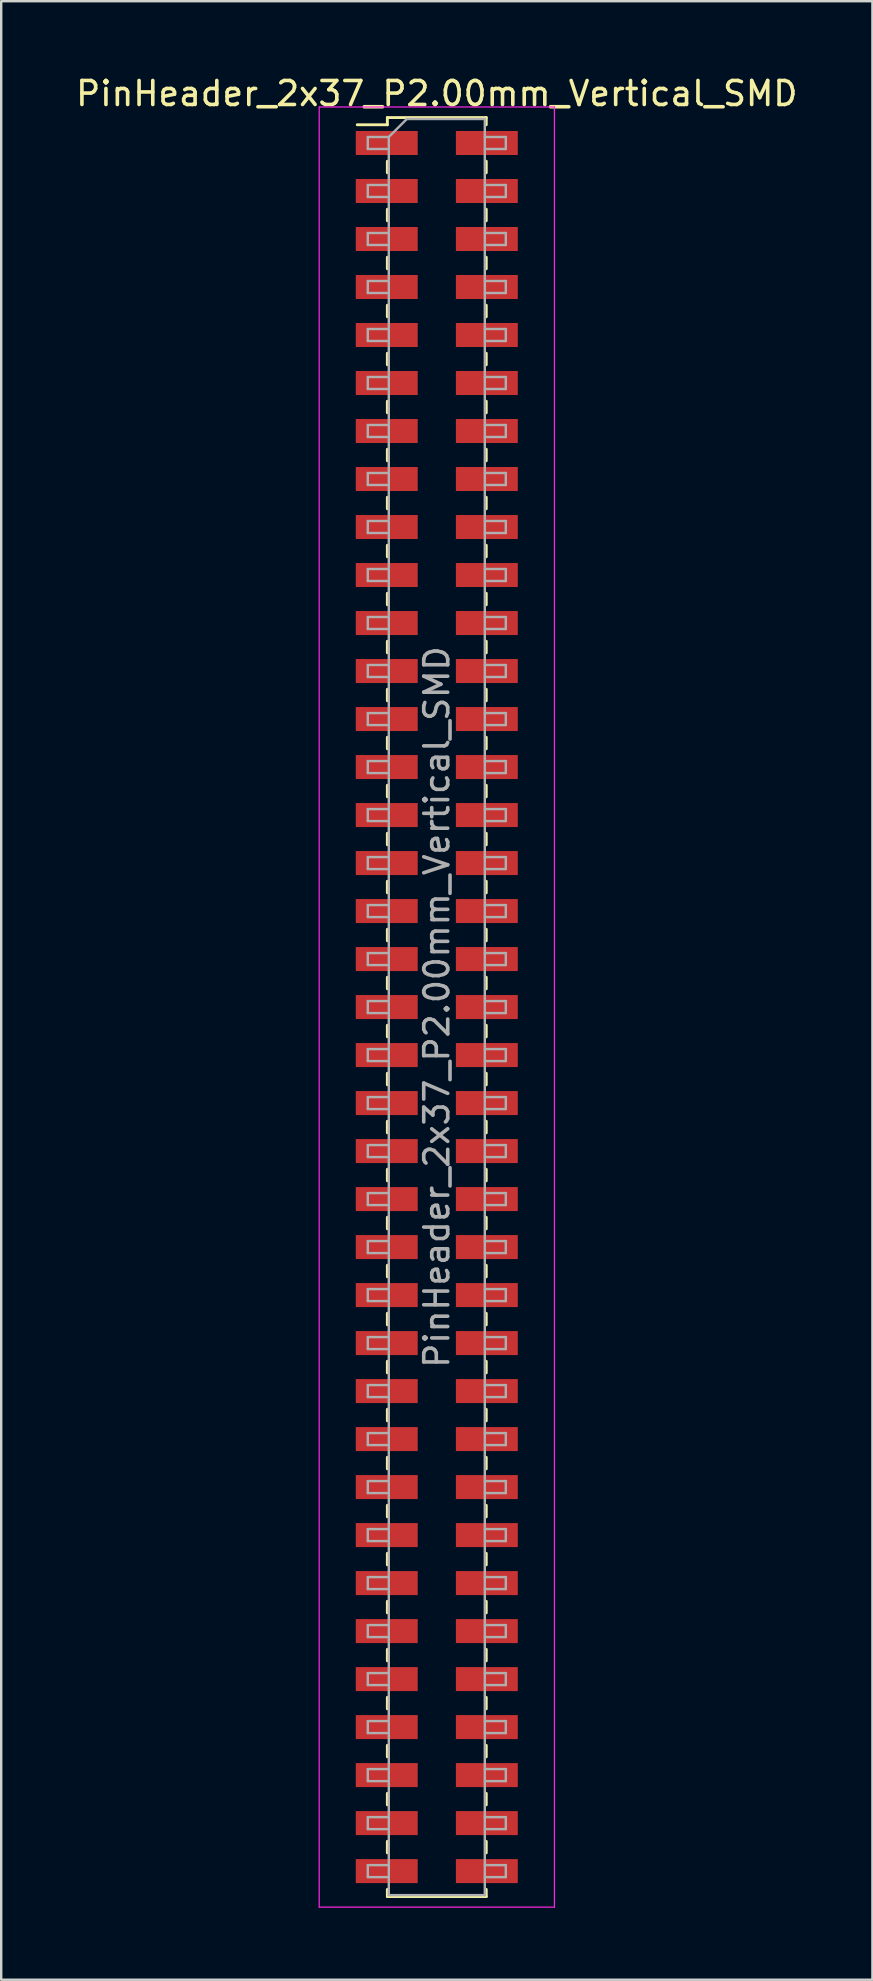
<source format=kicad_pcb>
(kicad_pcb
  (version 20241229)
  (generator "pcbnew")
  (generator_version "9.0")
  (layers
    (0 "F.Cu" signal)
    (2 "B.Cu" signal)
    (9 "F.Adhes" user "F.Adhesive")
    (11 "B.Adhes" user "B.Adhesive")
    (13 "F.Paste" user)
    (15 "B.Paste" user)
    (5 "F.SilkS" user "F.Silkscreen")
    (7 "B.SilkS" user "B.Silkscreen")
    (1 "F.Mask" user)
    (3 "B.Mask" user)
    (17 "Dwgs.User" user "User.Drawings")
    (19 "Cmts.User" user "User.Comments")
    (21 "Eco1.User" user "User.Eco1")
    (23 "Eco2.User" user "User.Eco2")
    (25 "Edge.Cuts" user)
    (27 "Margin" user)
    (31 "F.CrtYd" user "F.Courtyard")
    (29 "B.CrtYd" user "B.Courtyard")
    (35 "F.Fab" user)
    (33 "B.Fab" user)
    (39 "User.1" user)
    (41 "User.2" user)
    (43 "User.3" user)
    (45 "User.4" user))
  (footprint "PinHeader_2x37_P2.00mm_Vertical_SMD"
    (layer "F.Cu")
    (at 15.149 38.908)
    (property "Reference" "PinHeader_2x37_P2.00mm_Vertical_SMD" (at 0 -38.06 0) (layer "F.SilkS") (effects (font (size 1 1) (thickness 0.15))))
    (attr smd)
    (fp_line (start -3.315 -36.76) (end -2.06 -36.76) (stroke (width 0.12) (type solid)) (layer "F.SilkS"))
    (fp_line (start -2.06 -37.06) (end -2.06 -36.76) (stroke (width 0.12) (type solid)) (layer "F.SilkS"))
    (fp_line (start -2.06 -37.06) (end 2.06 -37.06) (stroke (width 0.12) (type solid)) (layer "F.SilkS"))
    (fp_line (start -2.06 -35.24) (end -2.06 -34.76) (stroke (width 0.12) (type solid)) (layer "F.SilkS"))
    (fp_line (start -2.06 -33.24) (end -2.06 -32.76) (stroke (width 0.12) (type solid)) (layer "F.SilkS"))
    (fp_line (start -2.06 -31.24) (end -2.06 -30.76) (stroke (width 0.12) (type solid)) (layer "F.SilkS"))
    (fp_line (start -2.06 -29.24) (end -2.06 -28.76) (stroke (width 0.12) (type solid)) (layer "F.SilkS"))
    (fp_line (start -2.06 -27.24) (end -2.06 -26.76) (stroke (width 0.12) (type solid)) (layer "F.SilkS"))
    (fp_line (start -2.06 -25.24) (end -2.06 -24.76) (stroke (width 0.12) (type solid)) (layer "F.SilkS"))
    (fp_line (start -2.06 -23.24) (end -2.06 -22.76) (stroke (width 0.12) (type solid)) (layer "F.SilkS"))
    (fp_line (start -2.06 -21.24) (end -2.06 -20.76) (stroke (width 0.12) (type solid)) (layer "F.SilkS"))
    (fp_line (start -2.06 -19.24) (end -2.06 -18.76) (stroke (width 0.12) (type solid)) (layer "F.SilkS"))
    (fp_line (start -2.06 -17.24) (end -2.06 -16.76) (stroke (width 0.12) (type solid)) (layer "F.SilkS"))
    (fp_line (start -2.06 -15.24) (end -2.06 -14.76) (stroke (width 0.12) (type solid)) (layer "F.SilkS"))
    (fp_line (start -2.06 -13.24) (end -2.06 -12.76) (stroke (width 0.12) (type solid)) (layer "F.SilkS"))
    (fp_line (start -2.06 -11.24) (end -2.06 -10.76) (stroke (width 0.12) (type solid)) (layer "F.SilkS"))
    (fp_line (start -2.06 -9.24) (end -2.06 -8.76) (stroke (width 0.12) (type solid)) (layer "F.SilkS"))
    (fp_line (start -2.06 -7.24) (end -2.06 -6.76) (stroke (width 0.12) (type solid)) (layer "F.SilkS"))
    (fp_line (start -2.06 -5.24) (end -2.06 -4.76) (stroke (width 0.12) (type solid)) (layer "F.SilkS"))
    (fp_line (start -2.06 -3.24) (end -2.06 -2.76) (stroke (width 0.12) (type solid)) (layer "F.SilkS"))
    (fp_line (start -2.06 -1.24) (end -2.06 -0.76) (stroke (width 0.12) (type solid)) (layer "F.SilkS"))
    (fp_line (start -2.06 0.76) (end -2.06 1.24) (stroke (width 0.12) (type solid)) (layer "F.SilkS"))
    (fp_line (start -2.06 2.76) (end -2.06 3.24) (stroke (width 0.12) (type solid)) (layer "F.SilkS"))
    (fp_line (start -2.06 4.76) (end -2.06 5.24) (stroke (width 0.12) (type solid)) (layer "F.SilkS"))
    (fp_line (start -2.06 6.76) (end -2.06 7.24) (stroke (width 0.12) (type solid)) (layer "F.SilkS"))
    (fp_line (start -2.06 8.76) (end -2.06 9.24) (stroke (width 0.12) (type solid)) (layer "F.SilkS"))
    (fp_line (start -2.06 10.76) (end -2.06 11.24) (stroke (width 0.12) (type solid)) (layer "F.SilkS"))
    (fp_line (start -2.06 12.76) (end -2.06 13.24) (stroke (width 0.12) (type solid)) (layer "F.SilkS"))
    (fp_line (start -2.06 14.76) (end -2.06 15.24) (stroke (width 0.12) (type solid)) (layer "F.SilkS"))
    (fp_line (start -2.06 16.76) (end -2.06 17.24) (stroke (width 0.12) (type solid)) (layer "F.SilkS"))
    (fp_line (start -2.06 18.76) (end -2.06 19.24) (stroke (width 0.12) (type solid)) (layer "F.SilkS"))
    (fp_line (start -2.06 20.76) (end -2.06 21.24) (stroke (width 0.12) (type solid)) (layer "F.SilkS"))
    (fp_line (start -2.06 22.76) (end -2.06 23.24) (stroke (width 0.12) (type solid)) (layer "F.SilkS"))
    (fp_line (start -2.06 24.76) (end -2.06 25.24) (stroke (width 0.12) (type solid)) (layer "F.SilkS"))
    (fp_line (start -2.06 26.76) (end -2.06 27.24) (stroke (width 0.12) (type solid)) (layer "F.SilkS"))
    (fp_line (start -2.06 28.76) (end -2.06 29.24) (stroke (width 0.12) (type solid)) (layer "F.SilkS"))
    (fp_line (start -2.06 30.76) (end -2.06 31.24) (stroke (width 0.12) (type solid)) (layer "F.SilkS"))
    (fp_line (start -2.06 32.76) (end -2.06 33.24) (stroke (width 0.12) (type solid)) (layer "F.SilkS"))
    (fp_line (start -2.06 34.76) (end -2.06 35.24) (stroke (width 0.12) (type solid)) (layer "F.SilkS"))
    (fp_line (start -2.06 36.76) (end -2.06 37.06) (stroke (width 0.12) (type solid)) (layer "F.SilkS"))
    (fp_line (start -2.06 37.06) (end 2.06 37.06) (stroke (width 0.12) (type solid)) (layer "F.SilkS"))
    (fp_line (start 2.06 -37.06) (end 2.06 -36.76) (stroke (width 0.12) (type solid)) (layer "F.SilkS"))
    (fp_line (start 2.06 -35.24) (end 2.06 -34.76) (stroke (width 0.12) (type solid)) (layer "F.SilkS"))
    (fp_line (start 2.06 -33.24) (end 2.06 -32.76) (stroke (width 0.12) (type solid)) (layer "F.SilkS"))
    (fp_line (start 2.06 -31.24) (end 2.06 -30.76) (stroke (width 0.12) (type solid)) (layer "F.SilkS"))
    (fp_line (start 2.06 -29.24) (end 2.06 -28.76) (stroke (width 0.12) (type solid)) (layer "F.SilkS"))
    (fp_line (start 2.06 -27.24) (end 2.06 -26.76) (stroke (width 0.12) (type solid)) (layer "F.SilkS"))
    (fp_line (start 2.06 -25.24) (end 2.06 -24.76) (stroke (width 0.12) (type solid)) (layer "F.SilkS"))
    (fp_line (start 2.06 -23.24) (end 2.06 -22.76) (stroke (width 0.12) (type solid)) (layer "F.SilkS"))
    (fp_line (start 2.06 -21.24) (end 2.06 -20.76) (stroke (width 0.12) (type solid)) (layer "F.SilkS"))
    (fp_line (start 2.06 -19.24) (end 2.06 -18.76) (stroke (width 0.12) (type solid)) (layer "F.SilkS"))
    (fp_line (start 2.06 -17.24) (end 2.06 -16.76) (stroke (width 0.12) (type solid)) (layer "F.SilkS"))
    (fp_line (start 2.06 -15.24) (end 2.06 -14.76) (stroke (width 0.12) (type solid)) (layer "F.SilkS"))
    (fp_line (start 2.06 -13.24) (end 2.06 -12.76) (stroke (width 0.12) (type solid)) (layer "F.SilkS"))
    (fp_line (start 2.06 -11.24) (end 2.06 -10.76) (stroke (width 0.12) (type solid)) (layer "F.SilkS"))
    (fp_line (start 2.06 -9.24) (end 2.06 -8.76) (stroke (width 0.12) (type solid)) (layer "F.SilkS"))
    (fp_line (start 2.06 -7.24) (end 2.06 -6.76) (stroke (width 0.12) (type solid)) (layer "F.SilkS"))
    (fp_line (start 2.06 -5.24) (end 2.06 -4.76) (stroke (width 0.12) (type solid)) (layer "F.SilkS"))
    (fp_line (start 2.06 -3.24) (end 2.06 -2.76) (stroke (width 0.12) (type solid)) (layer "F.SilkS"))
    (fp_line (start 2.06 -1.24) (end 2.06 -0.76) (stroke (width 0.12) (type solid)) (layer "F.SilkS"))
    (fp_line (start 2.06 0.76) (end 2.06 1.24) (stroke (width 0.12) (type solid)) (layer "F.SilkS"))
    (fp_line (start 2.06 2.76) (end 2.06 3.24) (stroke (width 0.12) (type solid)) (layer "F.SilkS"))
    (fp_line (start 2.06 4.76) (end 2.06 5.24) (stroke (width 0.12) (type solid)) (layer "F.SilkS"))
    (fp_line (start 2.06 6.76) (end 2.06 7.24) (stroke (width 0.12) (type solid)) (layer "F.SilkS"))
    (fp_line (start 2.06 8.76) (end 2.06 9.24) (stroke (width 0.12) (type solid)) (layer "F.SilkS"))
    (fp_line (start 2.06 10.76) (end 2.06 11.24) (stroke (width 0.12) (type solid)) (layer "F.SilkS"))
    (fp_line (start 2.06 12.76) (end 2.06 13.24) (stroke (width 0.12) (type solid)) (layer "F.SilkS"))
    (fp_line (start 2.06 14.76) (end 2.06 15.24) (stroke (width 0.12) (type solid)) (layer "F.SilkS"))
    (fp_line (start 2.06 16.76) (end 2.06 17.24) (stroke (width 0.12) (type solid)) (layer "F.SilkS"))
    (fp_line (start 2.06 18.76) (end 2.06 19.24) (stroke (width 0.12) (type solid)) (layer "F.SilkS"))
    (fp_line (start 2.06 20.76) (end 2.06 21.24) (stroke (width 0.12) (type solid)) (layer "F.SilkS"))
    (fp_line (start 2.06 22.76) (end 2.06 23.24) (stroke (width 0.12) (type solid)) (layer "F.SilkS"))
    (fp_line (start 2.06 24.76) (end 2.06 25.24) (stroke (width 0.12) (type solid)) (layer "F.SilkS"))
    (fp_line (start 2.06 26.76) (end 2.06 27.24) (stroke (width 0.12) (type solid)) (layer "F.SilkS"))
    (fp_line (start 2.06 28.76) (end 2.06 29.24) (stroke (width 0.12) (type solid)) (layer "F.SilkS"))
    (fp_line (start 2.06 30.76) (end 2.06 31.24) (stroke (width 0.12) (type solid)) (layer "F.SilkS"))
    (fp_line (start 2.06 32.76) (end 2.06 33.24) (stroke (width 0.12) (type solid)) (layer "F.SilkS"))
    (fp_line (start 2.06 34.76) (end 2.06 35.24) (stroke (width 0.12) (type solid)) (layer "F.SilkS"))
    (fp_line (start 2.06 36.76) (end 2.06 37.06) (stroke (width 0.12) (type solid)) (layer "F.SilkS"))
    (fp_line (start -4.9 -37.5) (end -4.9 37.5) (stroke (width 0.05) (type solid)) (layer "F.CrtYd"))
    (fp_line (start -4.9 37.5) (end 4.9 37.5) (stroke (width 0.05) (type solid)) (layer "F.CrtYd"))
    (fp_line (start 4.9 -37.5) (end -4.9 -37.5) (stroke (width 0.05) (type solid)) (layer "F.CrtYd"))
    (fp_line (start 4.9 37.5) (end 4.9 -37.5) (stroke (width 0.05) (type solid)) (layer "F.CrtYd"))
    (fp_line (start -2.875 -36.25) (end -2.875 -35.75) (stroke (width 0.1) (type solid)) (layer "F.Fab"))
    (fp_line (start -2.875 -35.75) (end -2 -35.75) (stroke (width 0.1) (type solid)) (layer "F.Fab"))
    (fp_line (start -2.875 -34.25) (end -2.875 -33.75) (stroke (width 0.1) (type solid)) (layer "F.Fab"))
    (fp_line (start -2.875 -33.75) (end -2 -33.75) (stroke (width 0.1) (type solid)) (layer "F.Fab"))
    (fp_line (start -2.875 -32.25) (end -2.875 -31.75) (stroke (width 0.1) (type solid)) (layer "F.Fab"))
    (fp_line (start -2.875 -31.75) (end -2 -31.75) (stroke (width 0.1) (type solid)) (layer "F.Fab"))
    (fp_line (start -2.875 -30.25) (end -2.875 -29.75) (stroke (width 0.1) (type solid)) (layer "F.Fab"))
    (fp_line (start -2.875 -29.75) (end -2 -29.75) (stroke (width 0.1) (type solid)) (layer "F.Fab"))
    (fp_line (start -2.875 -28.25) (end -2.875 -27.75) (stroke (width 0.1) (type solid)) (layer "F.Fab"))
    (fp_line (start -2.875 -27.75) (end -2 -27.75) (stroke (width 0.1) (type solid)) (layer "F.Fab"))
    (fp_line (start -2.875 -26.25) (end -2.875 -25.75) (stroke (width 0.1) (type solid)) (layer "F.Fab"))
    (fp_line (start -2.875 -25.75) (end -2 -25.75) (stroke (width 0.1) (type solid)) (layer "F.Fab"))
    (fp_line (start -2.875 -24.25) (end -2.875 -23.75) (stroke (width 0.1) (type solid)) (layer "F.Fab"))
    (fp_line (start -2.875 -23.75) (end -2 -23.75) (stroke (width 0.1) (type solid)) (layer "F.Fab"))
    (fp_line (start -2.875 -22.25) (end -2.875 -21.75) (stroke (width 0.1) (type solid)) (layer "F.Fab"))
    (fp_line (start -2.875 -21.75) (end -2 -21.75) (stroke (width 0.1) (type solid)) (layer "F.Fab"))
    (fp_line (start -2.875 -20.25) (end -2.875 -19.75) (stroke (width 0.1) (type solid)) (layer "F.Fab"))
    (fp_line (start -2.875 -19.75) (end -2 -19.75) (stroke (width 0.1) (type solid)) (layer "F.Fab"))
    (fp_line (start -2.875 -18.25) (end -2.875 -17.75) (stroke (width 0.1) (type solid)) (layer "F.Fab"))
    (fp_line (start -2.875 -17.75) (end -2 -17.75) (stroke (width 0.1) (type solid)) (layer "F.Fab"))
    (fp_line (start -2.875 -16.25) (end -2.875 -15.75) (stroke (width 0.1) (type solid)) (layer "F.Fab"))
    (fp_line (start -2.875 -15.75) (end -2 -15.75) (stroke (width 0.1) (type solid)) (layer "F.Fab"))
    (fp_line (start -2.875 -14.25) (end -2.875 -13.75) (stroke (width 0.1) (type solid)) (layer "F.Fab"))
    (fp_line (start -2.875 -13.75) (end -2 -13.75) (stroke (width 0.1) (type solid)) (layer "F.Fab"))
    (fp_line (start -2.875 -12.25) (end -2.875 -11.75) (stroke (width 0.1) (type solid)) (layer "F.Fab"))
    (fp_line (start -2.875 -11.75) (end -2 -11.75) (stroke (width 0.1) (type solid)) (layer "F.Fab"))
    (fp_line (start -2.875 -10.25) (end -2.875 -9.75) (stroke (width 0.1) (type solid)) (layer "F.Fab"))
    (fp_line (start -2.875 -9.75) (end -2 -9.75) (stroke (width 0.1) (type solid)) (layer "F.Fab"))
    (fp_line (start -2.875 -8.25) (end -2.875 -7.75) (stroke (width 0.1) (type solid)) (layer "F.Fab"))
    (fp_line (start -2.875 -7.75) (end -2 -7.75) (stroke (width 0.1) (type solid)) (layer "F.Fab"))
    (fp_line (start -2.875 -6.25) (end -2.875 -5.75) (stroke (width 0.1) (type solid)) (layer "F.Fab"))
    (fp_line (start -2.875 -5.75) (end -2 -5.75) (stroke (width 0.1) (type solid)) (layer "F.Fab"))
    (fp_line (start -2.875 -4.25) (end -2.875 -3.75) (stroke (width 0.1) (type solid)) (layer "F.Fab"))
    (fp_line (start -2.875 -3.75) (end -2 -3.75) (stroke (width 0.1) (type solid)) (layer "F.Fab"))
    (fp_line (start -2.875 -2.25) (end -2.875 -1.75) (stroke (width 0.1) (type solid)) (layer "F.Fab"))
    (fp_line (start -2.875 -1.75) (end -2 -1.75) (stroke (width 0.1) (type solid)) (layer "F.Fab"))
    (fp_line (start -2.875 -0.25) (end -2.875 0.25) (stroke (width 0.1) (type solid)) (layer "F.Fab"))
    (fp_line (start -2.875 0.25) (end -2 0.25) (stroke (width 0.1) (type solid)) (layer "F.Fab"))
    (fp_line (start -2.875 1.75) (end -2.875 2.25) (stroke (width 0.1) (type solid)) (layer "F.Fab"))
    (fp_line (start -2.875 2.25) (end -2 2.25) (stroke (width 0.1) (type solid)) (layer "F.Fab"))
    (fp_line (start -2.875 3.75) (end -2.875 4.25) (stroke (width 0.1) (type solid)) (layer "F.Fab"))
    (fp_line (start -2.875 4.25) (end -2 4.25) (stroke (width 0.1) (type solid)) (layer "F.Fab"))
    (fp_line (start -2.875 5.75) (end -2.875 6.25) (stroke (width 0.1) (type solid)) (layer "F.Fab"))
    (fp_line (start -2.875 6.25) (end -2 6.25) (stroke (width 0.1) (type solid)) (layer "F.Fab"))
    (fp_line (start -2.875 7.75) (end -2.875 8.25) (stroke (width 0.1) (type solid)) (layer "F.Fab"))
    (fp_line (start -2.875 8.25) (end -2 8.25) (stroke (width 0.1) (type solid)) (layer "F.Fab"))
    (fp_line (start -2.875 9.75) (end -2.875 10.25) (stroke (width 0.1) (type solid)) (layer "F.Fab"))
    (fp_line (start -2.875 10.25) (end -2 10.25) (stroke (width 0.1) (type solid)) (layer "F.Fab"))
    (fp_line (start -2.875 11.75) (end -2.875 12.25) (stroke (width 0.1) (type solid)) (layer "F.Fab"))
    (fp_line (start -2.875 12.25) (end -2 12.25) (stroke (width 0.1) (type solid)) (layer "F.Fab"))
    (fp_line (start -2.875 13.75) (end -2.875 14.25) (stroke (width 0.1) (type solid)) (layer "F.Fab"))
    (fp_line (start -2.875 14.25) (end -2 14.25) (stroke (width 0.1) (type solid)) (layer "F.Fab"))
    (fp_line (start -2.875 15.75) (end -2.875 16.25) (stroke (width 0.1) (type solid)) (layer "F.Fab"))
    (fp_line (start -2.875 16.25) (end -2 16.25) (stroke (width 0.1) (type solid)) (layer "F.Fab"))
    (fp_line (start -2.875 17.75) (end -2.875 18.25) (stroke (width 0.1) (type solid)) (layer "F.Fab"))
    (fp_line (start -2.875 18.25) (end -2 18.25) (stroke (width 0.1) (type solid)) (layer "F.Fab"))
    (fp_line (start -2.875 19.75) (end -2.875 20.25) (stroke (width 0.1) (type solid)) (layer "F.Fab"))
    (fp_line (start -2.875 20.25) (end -2 20.25) (stroke (width 0.1) (type solid)) (layer "F.Fab"))
    (fp_line (start -2.875 21.75) (end -2.875 22.25) (stroke (width 0.1) (type solid)) (layer "F.Fab"))
    (fp_line (start -2.875 22.25) (end -2 22.25) (stroke (width 0.1) (type solid)) (layer "F.Fab"))
    (fp_line (start -2.875 23.75) (end -2.875 24.25) (stroke (width 0.1) (type solid)) (layer "F.Fab"))
    (fp_line (start -2.875 24.25) (end -2 24.25) (stroke (width 0.1) (type solid)) (layer "F.Fab"))
    (fp_line (start -2.875 25.75) (end -2.875 26.25) (stroke (width 0.1) (type solid)) (layer "F.Fab"))
    (fp_line (start -2.875 26.25) (end -2 26.25) (stroke (width 0.1) (type solid)) (layer "F.Fab"))
    (fp_line (start -2.875 27.75) (end -2.875 28.25) (stroke (width 0.1) (type solid)) (layer "F.Fab"))
    (fp_line (start -2.875 28.25) (end -2 28.25) (stroke (width 0.1) (type solid)) (layer "F.Fab"))
    (fp_line (start -2.875 29.75) (end -2.875 30.25) (stroke (width 0.1) (type solid)) (layer "F.Fab"))
    (fp_line (start -2.875 30.25) (end -2 30.25) (stroke (width 0.1) (type solid)) (layer "F.Fab"))
    (fp_line (start -2.875 31.75) (end -2.875 32.25) (stroke (width 0.1) (type solid)) (layer "F.Fab"))
    (fp_line (start -2.875 32.25) (end -2 32.25) (stroke (width 0.1) (type solid)) (layer "F.Fab"))
    (fp_line (start -2.875 33.75) (end -2.875 34.25) (stroke (width 0.1) (type solid)) (layer "F.Fab"))
    (fp_line (start -2.875 34.25) (end -2 34.25) (stroke (width 0.1) (type solid)) (layer "F.Fab"))
    (fp_line (start -2.875 35.75) (end -2.875 36.25) (stroke (width 0.1) (type solid)) (layer "F.Fab"))
    (fp_line (start -2.875 36.25) (end -2 36.25) (stroke (width 0.1) (type solid)) (layer "F.Fab"))
    (fp_line (start -2 -36.25) (end -2.875 -36.25) (stroke (width 0.1) (type solid)) (layer "F.Fab"))
    (fp_line (start -2 -36.25) (end -1.25 -37) (stroke (width 0.1) (type solid)) (layer "F.Fab"))
    (fp_line (start -2 -34.25) (end -2.875 -34.25) (stroke (width 0.1) (type solid)) (layer "F.Fab"))
    (fp_line (start -2 -32.25) (end -2.875 -32.25) (stroke (width 0.1) (type solid)) (layer "F.Fab"))
    (fp_line (start -2 -30.25) (end -2.875 -30.25) (stroke (width 0.1) (type solid)) (layer "F.Fab"))
    (fp_line (start -2 -28.25) (end -2.875 -28.25) (stroke (width 0.1) (type solid)) (layer "F.Fab"))
    (fp_line (start -2 -26.25) (end -2.875 -26.25) (stroke (width 0.1) (type solid)) (layer "F.Fab"))
    (fp_line (start -2 -24.25) (end -2.875 -24.25) (stroke (width 0.1) (type solid)) (layer "F.Fab"))
    (fp_line (start -2 -22.25) (end -2.875 -22.25) (stroke (width 0.1) (type solid)) (layer "F.Fab"))
    (fp_line (start -2 -20.25) (end -2.875 -20.25) (stroke (width 0.1) (type solid)) (layer "F.Fab"))
    (fp_line (start -2 -18.25) (end -2.875 -18.25) (stroke (width 0.1) (type solid)) (layer "F.Fab"))
    (fp_line (start -2 -16.25) (end -2.875 -16.25) (stroke (width 0.1) (type solid)) (layer "F.Fab"))
    (fp_line (start -2 -14.25) (end -2.875 -14.25) (stroke (width 0.1) (type solid)) (layer "F.Fab"))
    (fp_line (start -2 -12.25) (end -2.875 -12.25) (stroke (width 0.1) (type solid)) (layer "F.Fab"))
    (fp_line (start -2 -10.25) (end -2.875 -10.25) (stroke (width 0.1) (type solid)) (layer "F.Fab"))
    (fp_line (start -2 -8.25) (end -2.875 -8.25) (stroke (width 0.1) (type solid)) (layer "F.Fab"))
    (fp_line (start -2 -6.25) (end -2.875 -6.25) (stroke (width 0.1) (type solid)) (layer "F.Fab"))
    (fp_line (start -2 -4.25) (end -2.875 -4.25) (stroke (width 0.1) (type solid)) (layer "F.Fab"))
    (fp_line (start -2 -2.25) (end -2.875 -2.25) (stroke (width 0.1) (type solid)) (layer "F.Fab"))
    (fp_line (start -2 -0.25) (end -2.875 -0.25) (stroke (width 0.1) (type solid)) (layer "F.Fab"))
    (fp_line (start -2 1.75) (end -2.875 1.75) (stroke (width 0.1) (type solid)) (layer "F.Fab"))
    (fp_line (start -2 3.75) (end -2.875 3.75) (stroke (width 0.1) (type solid)) (layer "F.Fab"))
    (fp_line (start -2 5.75) (end -2.875 5.75) (stroke (width 0.1) (type solid)) (layer "F.Fab"))
    (fp_line (start -2 7.75) (end -2.875 7.75) (stroke (width 0.1) (type solid)) (layer "F.Fab"))
    (fp_line (start -2 9.75) (end -2.875 9.75) (stroke (width 0.1) (type solid)) (layer "F.Fab"))
    (fp_line (start -2 11.75) (end -2.875 11.75) (stroke (width 0.1) (type solid)) (layer "F.Fab"))
    (fp_line (start -2 13.75) (end -2.875 13.75) (stroke (width 0.1) (type solid)) (layer "F.Fab"))
    (fp_line (start -2 15.75) (end -2.875 15.75) (stroke (width 0.1) (type solid)) (layer "F.Fab"))
    (fp_line (start -2 17.75) (end -2.875 17.75) (stroke (width 0.1) (type solid)) (layer "F.Fab"))
    (fp_line (start -2 19.75) (end -2.875 19.75) (stroke (width 0.1) (type solid)) (layer "F.Fab"))
    (fp_line (start -2 21.75) (end -2.875 21.75) (stroke (width 0.1) (type solid)) (layer "F.Fab"))
    (fp_line (start -2 23.75) (end -2.875 23.75) (stroke (width 0.1) (type solid)) (layer "F.Fab"))
    (fp_line (start -2 25.75) (end -2.875 25.75) (stroke (width 0.1) (type solid)) (layer "F.Fab"))
    (fp_line (start -2 27.75) (end -2.875 27.75) (stroke (width 0.1) (type solid)) (layer "F.Fab"))
    (fp_line (start -2 29.75) (end -2.875 29.75) (stroke (width 0.1) (type solid)) (layer "F.Fab"))
    (fp_line (start -2 31.75) (end -2.875 31.75) (stroke (width 0.1) (type solid)) (layer "F.Fab"))
    (fp_line (start -2 33.75) (end -2.875 33.75) (stroke (width 0.1) (type solid)) (layer "F.Fab"))
    (fp_line (start -2 35.75) (end -2.875 35.75) (stroke (width 0.1) (type solid)) (layer "F.Fab"))
    (fp_line (start -2 37) (end -2 -36.25) (stroke (width 0.1) (type solid)) (layer "F.Fab"))
    (fp_line (start -1.25 -37) (end 2 -37) (stroke (width 0.1) (type solid)) (layer "F.Fab"))
    (fp_line (start 2 -37) (end 2 37) (stroke (width 0.1) (type solid)) (layer "F.Fab"))
    (fp_line (start 2 -36.25) (end 2.875 -36.25) (stroke (width 0.1) (type solid)) (layer "F.Fab"))
    (fp_line (start 2 -34.25) (end 2.875 -34.25) (stroke (width 0.1) (type solid)) (layer "F.Fab"))
    (fp_line (start 2 -32.25) (end 2.875 -32.25) (stroke (width 0.1) (type solid)) (layer "F.Fab"))
    (fp_line (start 2 -30.25) (end 2.875 -30.25) (stroke (width 0.1) (type solid)) (layer "F.Fab"))
    (fp_line (start 2 -28.25) (end 2.875 -28.25) (stroke (width 0.1) (type solid)) (layer "F.Fab"))
    (fp_line (start 2 -26.25) (end 2.875 -26.25) (stroke (width 0.1) (type solid)) (layer "F.Fab"))
    (fp_line (start 2 -24.25) (end 2.875 -24.25) (stroke (width 0.1) (type solid)) (layer "F.Fab"))
    (fp_line (start 2 -22.25) (end 2.875 -22.25) (stroke (width 0.1) (type solid)) (layer "F.Fab"))
    (fp_line (start 2 -20.25) (end 2.875 -20.25) (stroke (width 0.1) (type solid)) (layer "F.Fab"))
    (fp_line (start 2 -18.25) (end 2.875 -18.25) (stroke (width 0.1) (type solid)) (layer "F.Fab"))
    (fp_line (start 2 -16.25) (end 2.875 -16.25) (stroke (width 0.1) (type solid)) (layer "F.Fab"))
    (fp_line (start 2 -14.25) (end 2.875 -14.25) (stroke (width 0.1) (type solid)) (layer "F.Fab"))
    (fp_line (start 2 -12.25) (end 2.875 -12.25) (stroke (width 0.1) (type solid)) (layer "F.Fab"))
    (fp_line (start 2 -10.25) (end 2.875 -10.25) (stroke (width 0.1) (type solid)) (layer "F.Fab"))
    (fp_line (start 2 -8.25) (end 2.875 -8.25) (stroke (width 0.1) (type solid)) (layer "F.Fab"))
    (fp_line (start 2 -6.25) (end 2.875 -6.25) (stroke (width 0.1) (type solid)) (layer "F.Fab"))
    (fp_line (start 2 -4.25) (end 2.875 -4.25) (stroke (width 0.1) (type solid)) (layer "F.Fab"))
    (fp_line (start 2 -2.25) (end 2.875 -2.25) (stroke (width 0.1) (type solid)) (layer "F.Fab"))
    (fp_line (start 2 -0.25) (end 2.875 -0.25) (stroke (width 0.1) (type solid)) (layer "F.Fab"))
    (fp_line (start 2 1.75) (end 2.875 1.75) (stroke (width 0.1) (type solid)) (layer "F.Fab"))
    (fp_line (start 2 3.75) (end 2.875 3.75) (stroke (width 0.1) (type solid)) (layer "F.Fab"))
    (fp_line (start 2 5.75) (end 2.875 5.75) (stroke (width 0.1) (type solid)) (layer "F.Fab"))
    (fp_line (start 2 7.75) (end 2.875 7.75) (stroke (width 0.1) (type solid)) (layer "F.Fab"))
    (fp_line (start 2 9.75) (end 2.875 9.75) (stroke (width 0.1) (type solid)) (layer "F.Fab"))
    (fp_line (start 2 11.75) (end 2.875 11.75) (stroke (width 0.1) (type solid)) (layer "F.Fab"))
    (fp_line (start 2 13.75) (end 2.875 13.75) (stroke (width 0.1) (type solid)) (layer "F.Fab"))
    (fp_line (start 2 15.75) (end 2.875 15.75) (stroke (width 0.1) (type solid)) (layer "F.Fab"))
    (fp_line (start 2 17.75) (end 2.875 17.75) (stroke (width 0.1) (type solid)) (layer "F.Fab"))
    (fp_line (start 2 19.75) (end 2.875 19.75) (stroke (width 0.1) (type solid)) (layer "F.Fab"))
    (fp_line (start 2 21.75) (end 2.875 21.75) (stroke (width 0.1) (type solid)) (layer "F.Fab"))
    (fp_line (start 2 23.75) (end 2.875 23.75) (stroke (width 0.1) (type solid)) (layer "F.Fab"))
    (fp_line (start 2 25.75) (end 2.875 25.75) (stroke (width 0.1) (type solid)) (layer "F.Fab"))
    (fp_line (start 2 27.75) (end 2.875 27.75) (stroke (width 0.1) (type solid)) (layer "F.Fab"))
    (fp_line (start 2 29.75) (end 2.875 29.75) (stroke (width 0.1) (type solid)) (layer "F.Fab"))
    (fp_line (start 2 31.75) (end 2.875 31.75) (stroke (width 0.1) (type solid)) (layer "F.Fab"))
    (fp_line (start 2 33.75) (end 2.875 33.75) (stroke (width 0.1) (type solid)) (layer "F.Fab"))
    (fp_line (start 2 35.75) (end 2.875 35.75) (stroke (width 0.1) (type solid)) (layer "F.Fab"))
    (fp_line (start 2 37) (end -2 37) (stroke (width 0.1) (type solid)) (layer "F.Fab"))
    (fp_line (start 2.875 -36.25) (end 2.875 -35.75) (stroke (width 0.1) (type solid)) (layer "F.Fab"))
    (fp_line (start 2.875 -35.75) (end 2 -35.75) (stroke (width 0.1) (type solid)) (layer "F.Fab"))
    (fp_line (start 2.875 -34.25) (end 2.875 -33.75) (stroke (width 0.1) (type solid)) (layer "F.Fab"))
    (fp_line (start 2.875 -33.75) (end 2 -33.75) (stroke (width 0.1) (type solid)) (layer "F.Fab"))
    (fp_line (start 2.875 -32.25) (end 2.875 -31.75) (stroke (width 0.1) (type solid)) (layer "F.Fab"))
    (fp_line (start 2.875 -31.75) (end 2 -31.75) (stroke (width 0.1) (type solid)) (layer "F.Fab"))
    (fp_line (start 2.875 -30.25) (end 2.875 -29.75) (stroke (width 0.1) (type solid)) (layer "F.Fab"))
    (fp_line (start 2.875 -29.75) (end 2 -29.75) (stroke (width 0.1) (type solid)) (layer "F.Fab"))
    (fp_line (start 2.875 -28.25) (end 2.875 -27.75) (stroke (width 0.1) (type solid)) (layer "F.Fab"))
    (fp_line (start 2.875 -27.75) (end 2 -27.75) (stroke (width 0.1) (type solid)) (layer "F.Fab"))
    (fp_line (start 2.875 -26.25) (end 2.875 -25.75) (stroke (width 0.1) (type solid)) (layer "F.Fab"))
    (fp_line (start 2.875 -25.75) (end 2 -25.75) (stroke (width 0.1) (type solid)) (layer "F.Fab"))
    (fp_line (start 2.875 -24.25) (end 2.875 -23.75) (stroke (width 0.1) (type solid)) (layer "F.Fab"))
    (fp_line (start 2.875 -23.75) (end 2 -23.75) (stroke (width 0.1) (type solid)) (layer "F.Fab"))
    (fp_line (start 2.875 -22.25) (end 2.875 -21.75) (stroke (width 0.1) (type solid)) (layer "F.Fab"))
    (fp_line (start 2.875 -21.75) (end 2 -21.75) (stroke (width 0.1) (type solid)) (layer "F.Fab"))
    (fp_line (start 2.875 -20.25) (end 2.875 -19.75) (stroke (width 0.1) (type solid)) (layer "F.Fab"))
    (fp_line (start 2.875 -19.75) (end 2 -19.75) (stroke (width 0.1) (type solid)) (layer "F.Fab"))
    (fp_line (start 2.875 -18.25) (end 2.875 -17.75) (stroke (width 0.1) (type solid)) (layer "F.Fab"))
    (fp_line (start 2.875 -17.75) (end 2 -17.75) (stroke (width 0.1) (type solid)) (layer "F.Fab"))
    (fp_line (start 2.875 -16.25) (end 2.875 -15.75) (stroke (width 0.1) (type solid)) (layer "F.Fab"))
    (fp_line (start 2.875 -15.75) (end 2 -15.75) (stroke (width 0.1) (type solid)) (layer "F.Fab"))
    (fp_line (start 2.875 -14.25) (end 2.875 -13.75) (stroke (width 0.1) (type solid)) (layer "F.Fab"))
    (fp_line (start 2.875 -13.75) (end 2 -13.75) (stroke (width 0.1) (type solid)) (layer "F.Fab"))
    (fp_line (start 2.875 -12.25) (end 2.875 -11.75) (stroke (width 0.1) (type solid)) (layer "F.Fab"))
    (fp_line (start 2.875 -11.75) (end 2 -11.75) (stroke (width 0.1) (type solid)) (layer "F.Fab"))
    (fp_line (start 2.875 -10.25) (end 2.875 -9.75) (stroke (width 0.1) (type solid)) (layer "F.Fab"))
    (fp_line (start 2.875 -9.75) (end 2 -9.75) (stroke (width 0.1) (type solid)) (layer "F.Fab"))
    (fp_line (start 2.875 -8.25) (end 2.875 -7.75) (stroke (width 0.1) (type solid)) (layer "F.Fab"))
    (fp_line (start 2.875 -7.75) (end 2 -7.75) (stroke (width 0.1) (type solid)) (layer "F.Fab"))
    (fp_line (start 2.875 -6.25) (end 2.875 -5.75) (stroke (width 0.1) (type solid)) (layer "F.Fab"))
    (fp_line (start 2.875 -5.75) (end 2 -5.75) (stroke (width 0.1) (type solid)) (layer "F.Fab"))
    (fp_line (start 2.875 -4.25) (end 2.875 -3.75) (stroke (width 0.1) (type solid)) (layer "F.Fab"))
    (fp_line (start 2.875 -3.75) (end 2 -3.75) (stroke (width 0.1) (type solid)) (layer "F.Fab"))
    (fp_line (start 2.875 -2.25) (end 2.875 -1.75) (stroke (width 0.1) (type solid)) (layer "F.Fab"))
    (fp_line (start 2.875 -1.75) (end 2 -1.75) (stroke (width 0.1) (type solid)) (layer "F.Fab"))
    (fp_line (start 2.875 -0.25) (end 2.875 0.25) (stroke (width 0.1) (type solid)) (layer "F.Fab"))
    (fp_line (start 2.875 0.25) (end 2 0.25) (stroke (width 0.1) (type solid)) (layer "F.Fab"))
    (fp_line (start 2.875 1.75) (end 2.875 2.25) (stroke (width 0.1) (type solid)) (layer "F.Fab"))
    (fp_line (start 2.875 2.25) (end 2 2.25) (stroke (width 0.1) (type solid)) (layer "F.Fab"))
    (fp_line (start 2.875 3.75) (end 2.875 4.25) (stroke (width 0.1) (type solid)) (layer "F.Fab"))
    (fp_line (start 2.875 4.25) (end 2 4.25) (stroke (width 0.1) (type solid)) (layer "F.Fab"))
    (fp_line (start 2.875 5.75) (end 2.875 6.25) (stroke (width 0.1) (type solid)) (layer "F.Fab"))
    (fp_line (start 2.875 6.25) (end 2 6.25) (stroke (width 0.1) (type solid)) (layer "F.Fab"))
    (fp_line (start 2.875 7.75) (end 2.875 8.25) (stroke (width 0.1) (type solid)) (layer "F.Fab"))
    (fp_line (start 2.875 8.25) (end 2 8.25) (stroke (width 0.1) (type solid)) (layer "F.Fab"))
    (fp_line (start 2.875 9.75) (end 2.875 10.25) (stroke (width 0.1) (type solid)) (layer "F.Fab"))
    (fp_line (start 2.875 10.25) (end 2 10.25) (stroke (width 0.1) (type solid)) (layer "F.Fab"))
    (fp_line (start 2.875 11.75) (end 2.875 12.25) (stroke (width 0.1) (type solid)) (layer "F.Fab"))
    (fp_line (start 2.875 12.25) (end 2 12.25) (stroke (width 0.1) (type solid)) (layer "F.Fab"))
    (fp_line (start 2.875 13.75) (end 2.875 14.25) (stroke (width 0.1) (type solid)) (layer "F.Fab"))
    (fp_line (start 2.875 14.25) (end 2 14.25) (stroke (width 0.1) (type solid)) (layer "F.Fab"))
    (fp_line (start 2.875 15.75) (end 2.875 16.25) (stroke (width 0.1) (type solid)) (layer "F.Fab"))
    (fp_line (start 2.875 16.25) (end 2 16.25) (stroke (width 0.1) (type solid)) (layer "F.Fab"))
    (fp_line (start 2.875 17.75) (end 2.875 18.25) (stroke (width 0.1) (type solid)) (layer "F.Fab"))
    (fp_line (start 2.875 18.25) (end 2 18.25) (stroke (width 0.1) (type solid)) (layer "F.Fab"))
    (fp_line (start 2.875 19.75) (end 2.875 20.25) (stroke (width 0.1) (type solid)) (layer "F.Fab"))
    (fp_line (start 2.875 20.25) (end 2 20.25) (stroke (width 0.1) (type solid)) (layer "F.Fab"))
    (fp_line (start 2.875 21.75) (end 2.875 22.25) (stroke (width 0.1) (type solid)) (layer "F.Fab"))
    (fp_line (start 2.875 22.25) (end 2 22.25) (stroke (width 0.1) (type solid)) (layer "F.Fab"))
    (fp_line (start 2.875 23.75) (end 2.875 24.25) (stroke (width 0.1) (type solid)) (layer "F.Fab"))
    (fp_line (start 2.875 24.25) (end 2 24.25) (stroke (width 0.1) (type solid)) (layer "F.Fab"))
    (fp_line (start 2.875 25.75) (end 2.875 26.25) (stroke (width 0.1) (type solid)) (layer "F.Fab"))
    (fp_line (start 2.875 26.25) (end 2 26.25) (stroke (width 0.1) (type solid)) (layer "F.Fab"))
    (fp_line (start 2.875 27.75) (end 2.875 28.25) (stroke (width 0.1) (type solid)) (layer "F.Fab"))
    (fp_line (start 2.875 28.25) (end 2 28.25) (stroke (width 0.1) (type solid)) (layer "F.Fab"))
    (fp_line (start 2.875 29.75) (end 2.875 30.25) (stroke (width 0.1) (type solid)) (layer "F.Fab"))
    (fp_line (start 2.875 30.25) (end 2 30.25) (stroke (width 0.1) (type solid)) (layer "F.Fab"))
    (fp_line (start 2.875 31.75) (end 2.875 32.25) (stroke (width 0.1) (type solid)) (layer "F.Fab"))
    (fp_line (start 2.875 32.25) (end 2 32.25) (stroke (width 0.1) (type solid)) (layer "F.Fab"))
    (fp_line (start 2.875 33.75) (end 2.875 34.25) (stroke (width 0.1) (type solid)) (layer "F.Fab"))
    (fp_line (start 2.875 34.25) (end 2 34.25) (stroke (width 0.1) (type solid)) (layer "F.Fab"))
    (fp_line (start 2.875 35.75) (end 2.875 36.25) (stroke (width 0.1) (type solid)) (layer "F.Fab"))
    (fp_line (start 2.875 36.25) (end 2 36.25) (stroke (width 0.1) (type solid)) (layer "F.Fab"))
    (fp_text user "${REFERENCE}" (at 0 0 90) (layer "F.Fab") (effects (font (size 1 1) (thickness 0.15))))
    (pad "1" smd rect (at -2.085 -36) (size 2.58 1) (layers "F.Cu" "F.Mask" "F.Paste"))
    (pad "2" smd rect (at 2.085 -36) (size 2.58 1) (layers "F.Cu" "F.Mask" "F.Paste"))
    (pad "3" smd rect (at -2.085 -34) (size 2.58 1) (layers "F.Cu" "F.Mask" "F.Paste"))
    (pad "4" smd rect (at 2.085 -34) (size 2.58 1) (layers "F.Cu" "F.Mask" "F.Paste"))
    (pad "5" smd rect (at -2.085 -32) (size 2.58 1) (layers "F.Cu" "F.Mask" "F.Paste"))
    (pad "6" smd rect (at 2.085 -32) (size 2.58 1) (layers "F.Cu" "F.Mask" "F.Paste"))
    (pad "7" smd rect (at -2.085 -30) (size 2.58 1) (layers "F.Cu" "F.Mask" "F.Paste"))
    (pad "8" smd rect (at 2.085 -30) (size 2.58 1) (layers "F.Cu" "F.Mask" "F.Paste"))
    (pad "9" smd rect (at -2.085 -28) (size 2.58 1) (layers "F.Cu" "F.Mask" "F.Paste"))
    (pad "10" smd rect (at 2.085 -28) (size 2.58 1) (layers "F.Cu" "F.Mask" "F.Paste"))
    (pad "11" smd rect (at -2.085 -26) (size 2.58 1) (layers "F.Cu" "F.Mask" "F.Paste"))
    (pad "12" smd rect (at 2.085 -26) (size 2.58 1) (layers "F.Cu" "F.Mask" "F.Paste"))
    (pad "13" smd rect (at -2.085 -24) (size 2.58 1) (layers "F.Cu" "F.Mask" "F.Paste"))
    (pad "14" smd rect (at 2.085 -24) (size 2.58 1) (layers "F.Cu" "F.Mask" "F.Paste"))
    (pad "15" smd rect (at -2.085 -22) (size 2.58 1) (layers "F.Cu" "F.Mask" "F.Paste"))
    (pad "16" smd rect (at 2.085 -22) (size 2.58 1) (layers "F.Cu" "F.Mask" "F.Paste"))
    (pad "17" smd rect (at -2.085 -20) (size 2.58 1) (layers "F.Cu" "F.Mask" "F.Paste"))
    (pad "18" smd rect (at 2.085 -20) (size 2.58 1) (layers "F.Cu" "F.Mask" "F.Paste"))
    (pad "19" smd rect (at -2.085 -18) (size 2.58 1) (layers "F.Cu" "F.Mask" "F.Paste"))
    (pad "20" smd rect (at 2.085 -18) (size 2.58 1) (layers "F.Cu" "F.Mask" "F.Paste"))
    (pad "21" smd rect (at -2.085 -16) (size 2.58 1) (layers "F.Cu" "F.Mask" "F.Paste"))
    (pad "22" smd rect (at 2.085 -16) (size 2.58 1) (layers "F.Cu" "F.Mask" "F.Paste"))
    (pad "23" smd rect (at -2.085 -14) (size 2.58 1) (layers "F.Cu" "F.Mask" "F.Paste"))
    (pad "24" smd rect (at 2.085 -14) (size 2.58 1) (layers "F.Cu" "F.Mask" "F.Paste"))
    (pad "25" smd rect (at -2.085 -12) (size 2.58 1) (layers "F.Cu" "F.Mask" "F.Paste"))
    (pad "26" smd rect (at 2.085 -12) (size 2.58 1) (layers "F.Cu" "F.Mask" "F.Paste"))
    (pad "27" smd rect (at -2.085 -10) (size 2.58 1) (layers "F.Cu" "F.Mask" "F.Paste"))
    (pad "28" smd rect (at 2.085 -10) (size 2.58 1) (layers "F.Cu" "F.Mask" "F.Paste"))
    (pad "29" smd rect (at -2.085 -8) (size 2.58 1) (layers "F.Cu" "F.Mask" "F.Paste"))
    (pad "30" smd rect (at 2.085 -8) (size 2.58 1) (layers "F.Cu" "F.Mask" "F.Paste"))
    (pad "31" smd rect (at -2.085 -6) (size 2.58 1) (layers "F.Cu" "F.Mask" "F.Paste"))
    (pad "32" smd rect (at 2.085 -6) (size 2.58 1) (layers "F.Cu" "F.Mask" "F.Paste"))
    (pad "33" smd rect (at -2.085 -4) (size 2.58 1) (layers "F.Cu" "F.Mask" "F.Paste"))
    (pad "34" smd rect (at 2.085 -4) (size 2.58 1) (layers "F.Cu" "F.Mask" "F.Paste"))
    (pad "35" smd rect (at -2.085 -2) (size 2.58 1) (layers "F.Cu" "F.Mask" "F.Paste"))
    (pad "36" smd rect (at 2.085 -2) (size 2.58 1) (layers "F.Cu" "F.Mask" "F.Paste"))
    (pad "37" smd rect (at -2.085 0) (size 2.58 1) (layers "F.Cu" "F.Mask" "F.Paste"))
    (pad "38" smd rect (at 2.085 0) (size 2.58 1) (layers "F.Cu" "F.Mask" "F.Paste"))
    (pad "39" smd rect (at -2.085 2) (size 2.58 1) (layers "F.Cu" "F.Mask" "F.Paste"))
    (pad "40" smd rect (at 2.085 2) (size 2.58 1) (layers "F.Cu" "F.Mask" "F.Paste"))
    (pad "41" smd rect (at -2.085 4) (size 2.58 1) (layers "F.Cu" "F.Mask" "F.Paste"))
    (pad "42" smd rect (at 2.085 4) (size 2.58 1) (layers "F.Cu" "F.Mask" "F.Paste"))
    (pad "43" smd rect (at -2.085 6) (size 2.58 1) (layers "F.Cu" "F.Mask" "F.Paste"))
    (pad "44" smd rect (at 2.085 6) (size 2.58 1) (layers "F.Cu" "F.Mask" "F.Paste"))
    (pad "45" smd rect (at -2.085 8) (size 2.58 1) (layers "F.Cu" "F.Mask" "F.Paste"))
    (pad "46" smd rect (at 2.085 8) (size 2.58 1) (layers "F.Cu" "F.Mask" "F.Paste"))
    (pad "47" smd rect (at -2.085 10) (size 2.58 1) (layers "F.Cu" "F.Mask" "F.Paste"))
    (pad "48" smd rect (at 2.085 10) (size 2.58 1) (layers "F.Cu" "F.Mask" "F.Paste"))
    (pad "49" smd rect (at -2.085 12) (size 2.58 1) (layers "F.Cu" "F.Mask" "F.Paste"))
    (pad "50" smd rect (at 2.085 12) (size 2.58 1) (layers "F.Cu" "F.Mask" "F.Paste"))
    (pad "51" smd rect (at -2.085 14) (size 2.58 1) (layers "F.Cu" "F.Mask" "F.Paste"))
    (pad "52" smd rect (at 2.085 14) (size 2.58 1) (layers "F.Cu" "F.Mask" "F.Paste"))
    (pad "53" smd rect (at -2.085 16) (size 2.58 1) (layers "F.Cu" "F.Mask" "F.Paste"))
    (pad "54" smd rect (at 2.085 16) (size 2.58 1) (layers "F.Cu" "F.Mask" "F.Paste"))
    (pad "55" smd rect (at -2.085 18) (size 2.58 1) (layers "F.Cu" "F.Mask" "F.Paste"))
    (pad "56" smd rect (at 2.085 18) (size 2.58 1) (layers "F.Cu" "F.Mask" "F.Paste"))
    (pad "57" smd rect (at -2.085 20) (size 2.58 1) (layers "F.Cu" "F.Mask" "F.Paste"))
    (pad "58" smd rect (at 2.085 20) (size 2.58 1) (layers "F.Cu" "F.Mask" "F.Paste"))
    (pad "59" smd rect (at -2.085 22) (size 2.58 1) (layers "F.Cu" "F.Mask" "F.Paste"))
    (pad "60" smd rect (at 2.085 22) (size 2.58 1) (layers "F.Cu" "F.Mask" "F.Paste"))
    (pad "61" smd rect (at -2.085 24) (size 2.58 1) (layers "F.Cu" "F.Mask" "F.Paste"))
    (pad "62" smd rect (at 2.085 24) (size 2.58 1) (layers "F.Cu" "F.Mask" "F.Paste"))
    (pad "63" smd rect (at -2.085 26) (size 2.58 1) (layers "F.Cu" "F.Mask" "F.Paste"))
    (pad "64" smd rect (at 2.085 26) (size 2.58 1) (layers "F.Cu" "F.Mask" "F.Paste"))
    (pad "65" smd rect (at -2.085 28) (size 2.58 1) (layers "F.Cu" "F.Mask" "F.Paste"))
    (pad "66" smd rect (at 2.085 28) (size 2.58 1) (layers "F.Cu" "F.Mask" "F.Paste"))
    (pad "67" smd rect (at -2.085 30) (size 2.58 1) (layers "F.Cu" "F.Mask" "F.Paste"))
    (pad "68" smd rect (at 2.085 30) (size 2.58 1) (layers "F.Cu" "F.Mask" "F.Paste"))
    (pad "69" smd rect (at -2.085 32) (size 2.58 1) (layers "F.Cu" "F.Mask" "F.Paste"))
    (pad "70" smd rect (at 2.085 32) (size 2.58 1) (layers "F.Cu" "F.Mask" "F.Paste"))
    (pad "71" smd rect (at -2.085 34) (size 2.58 1) (layers "F.Cu" "F.Mask" "F.Paste"))
    (pad "72" smd rect (at 2.085 34) (size 2.58 1) (layers "F.Cu" "F.Mask" "F.Paste"))
    (pad "73" smd rect (at -2.085 36) (size 2.58 1) (layers "F.Cu" "F.Mask" "F.Paste"))
    (pad "74" smd rect (at 2.085 36) (size 2.58 1) (layers "F.Cu" "F.Mask" "F.Paste")))
  (gr_rect
    (start -3 -3)
    (end 33.298 79.433)
    (stroke (width 0.1) (type default))
    (fill no)
    (layer "Edge.Cuts")))
</source>
